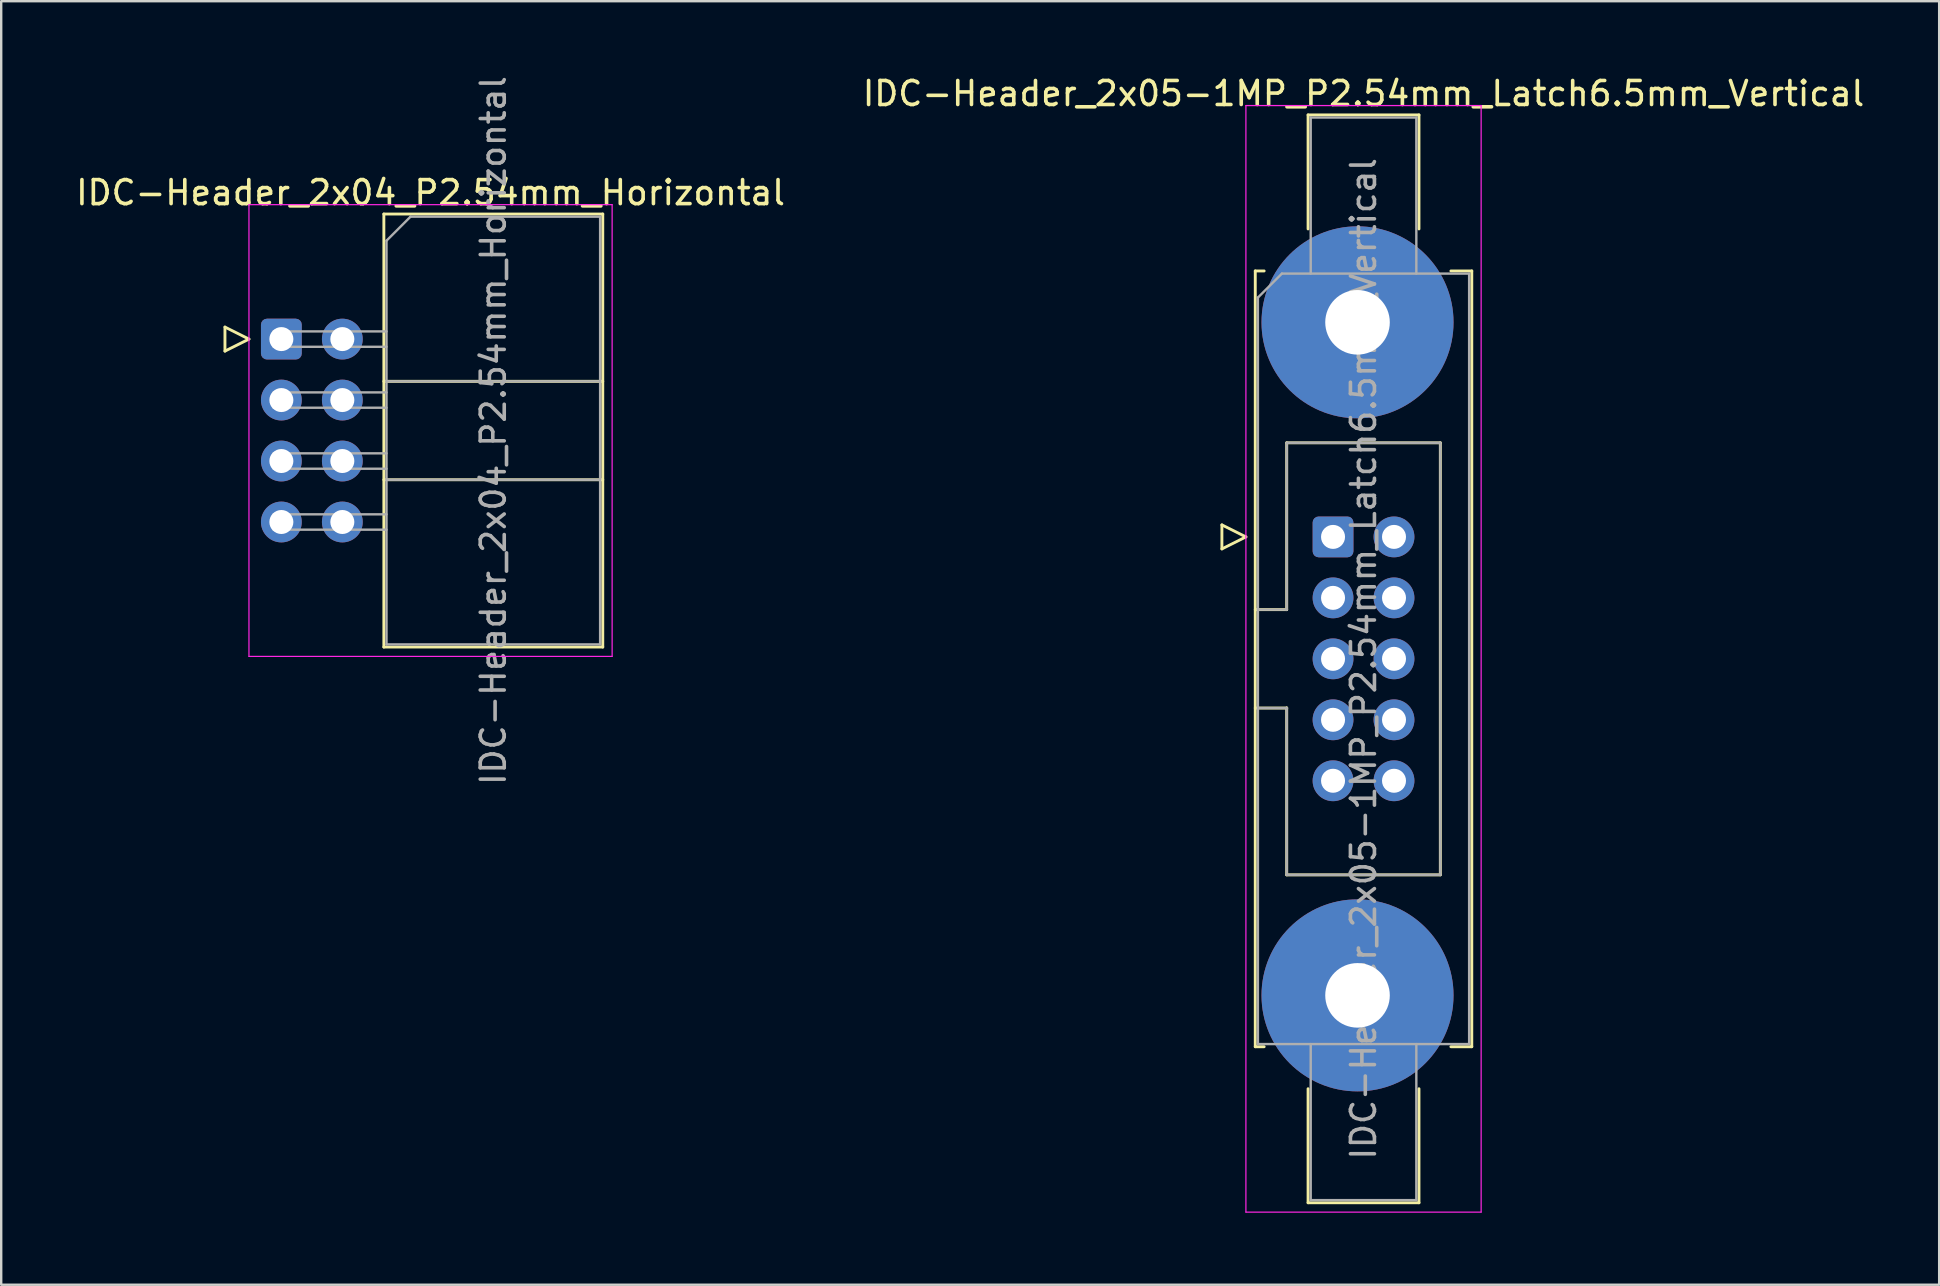
<source format=kicad_pcb>
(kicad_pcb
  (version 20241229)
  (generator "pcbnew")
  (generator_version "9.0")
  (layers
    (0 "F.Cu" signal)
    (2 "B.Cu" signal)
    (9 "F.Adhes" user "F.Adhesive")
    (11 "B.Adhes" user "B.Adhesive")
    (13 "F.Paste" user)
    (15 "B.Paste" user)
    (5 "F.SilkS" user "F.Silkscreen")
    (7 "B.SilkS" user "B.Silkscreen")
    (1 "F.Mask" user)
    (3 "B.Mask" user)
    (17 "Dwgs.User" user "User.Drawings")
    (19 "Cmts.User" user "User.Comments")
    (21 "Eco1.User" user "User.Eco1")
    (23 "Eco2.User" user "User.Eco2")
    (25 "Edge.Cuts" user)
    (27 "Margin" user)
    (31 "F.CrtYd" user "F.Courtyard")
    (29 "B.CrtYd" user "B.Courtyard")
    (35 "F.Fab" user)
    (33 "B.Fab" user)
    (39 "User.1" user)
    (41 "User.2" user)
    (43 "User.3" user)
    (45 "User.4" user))
  (footprint "IDC-Header_2x04_P2.54mm_Horizontal"
    (layer "F.Cu")
    (at 8.672 11.077)
    (property "Reference" "IDC-Header_2x04_P2.54mm_Horizontal" (at 6.215 -6.1 0) (layer "F.SilkS") (effects (font (size 1 1) (thickness 0.15))))
    (attr through_hole)
    (fp_line (start -2.35 -0.5) (end -2.35 0.5) (stroke (width 0.12) (type solid)) (layer "F.SilkS"))
    (fp_line (start -2.35 0.5) (end -1.35 0) (stroke (width 0.12) (type solid)) (layer "F.SilkS"))
    (fp_line (start -1.35 0) (end -2.35 -0.5) (stroke (width 0.12) (type solid)) (layer "F.SilkS"))
    (fp_line (start 4.27 -5.21) (end 13.39 -5.21) (stroke (width 0.12) (type solid)) (layer "F.SilkS"))
    (fp_line (start 4.27 1.76) (end 13.39 1.76) (stroke (width 0.12) (type solid)) (layer "F.SilkS"))
    (fp_line (start 4.27 5.86) (end 13.39 5.86) (stroke (width 0.12) (type solid)) (layer "F.SilkS"))
    (fp_line (start 4.27 12.83) (end 4.27 -5.21) (stroke (width 0.12) (type solid)) (layer "F.SilkS"))
    (fp_line (start 13.39 -5.21) (end 13.39 12.83) (stroke (width 0.12) (type solid)) (layer "F.SilkS"))
    (fp_line (start 13.39 12.83) (end 4.27 12.83) (stroke (width 0.12) (type solid)) (layer "F.SilkS"))
    (fp_line (start -1.35 -5.6) (end -1.35 13.22) (stroke (width 0.05) (type solid)) (layer "F.CrtYd"))
    (fp_line (start -1.35 13.22) (end 13.78 13.22) (stroke (width 0.05) (type solid)) (layer "F.CrtYd"))
    (fp_line (start 13.78 -5.6) (end -1.35 -5.6) (stroke (width 0.05) (type solid)) (layer "F.CrtYd"))
    (fp_line (start 13.78 13.22) (end 13.78 -5.6) (stroke (width 0.05) (type solid)) (layer "F.CrtYd"))
    (fp_line (start -0.32 -0.32) (end -0.32 0.32) (stroke (width 0.1) (type solid)) (layer "F.Fab"))
    (fp_line (start -0.32 0.32) (end 4.38 0.32) (stroke (width 0.1) (type solid)) (layer "F.Fab"))
    (fp_line (start -0.32 2.22) (end -0.32 2.86) (stroke (width 0.1) (type solid)) (layer "F.Fab"))
    (fp_line (start -0.32 2.86) (end 4.38 2.86) (stroke (width 0.1) (type solid)) (layer "F.Fab"))
    (fp_line (start -0.32 4.76) (end -0.32 5.4) (stroke (width 0.1) (type solid)) (layer "F.Fab"))
    (fp_line (start -0.32 5.4) (end 4.38 5.4) (stroke (width 0.1) (type solid)) (layer "F.Fab"))
    (fp_line (start -0.32 7.3) (end -0.32 7.94) (stroke (width 0.1) (type solid)) (layer "F.Fab"))
    (fp_line (start -0.32 7.94) (end 4.38 7.94) (stroke (width 0.1) (type solid)) (layer "F.Fab"))
    (fp_line (start 4.38 -4.1) (end 5.38 -5.1) (stroke (width 0.1) (type solid)) (layer "F.Fab"))
    (fp_line (start 4.38 -0.32) (end -0.32 -0.32) (stroke (width 0.1) (type solid)) (layer "F.Fab"))
    (fp_line (start 4.38 1.76) (end 13.28 1.76) (stroke (width 0.1) (type solid)) (layer "F.Fab"))
    (fp_line (start 4.38 2.22) (end -0.32 2.22) (stroke (width 0.1) (type solid)) (layer "F.Fab"))
    (fp_line (start 4.38 4.76) (end -0.32 4.76) (stroke (width 0.1) (type solid)) (layer "F.Fab"))
    (fp_line (start 4.38 5.86) (end 13.28 5.86) (stroke (width 0.1) (type solid)) (layer "F.Fab"))
    (fp_line (start 4.38 7.3) (end -0.32 7.3) (stroke (width 0.1) (type solid)) (layer "F.Fab"))
    (fp_line (start 4.38 12.72) (end 4.38 -4.1) (stroke (width 0.1) (type solid)) (layer "F.Fab"))
    (fp_line (start 5.38 -5.1) (end 13.28 -5.1) (stroke (width 0.1) (type solid)) (layer "F.Fab"))
    (fp_line (start 13.28 -5.1) (end 13.28 12.72) (stroke (width 0.1) (type solid)) (layer "F.Fab"))
    (fp_line (start 13.28 12.72) (end 4.38 12.72) (stroke (width 0.1) (type solid)) (layer "F.Fab"))
    (fp_text user "${REFERENCE}" (at 8.83 3.81 90) (layer "F.Fab") (effects (font (size 1 1) (thickness 0.15))))
    (pad "1" thru_hole roundrect (at 0 0) (size 1.7 1.7) (drill 1) (layers "*.Cu" "*.Mask") (roundrect_rratio 0.147))
    (pad "2" thru_hole circle (at 2.54 0) (size 1.7 1.7) (drill 1) (layers "*.Cu" "*.Mask"))
    (pad "3" thru_hole circle (at 0 2.54) (size 1.7 1.7) (drill 1) (layers "*.Cu" "*.Mask"))
    (pad "4" thru_hole circle (at 2.54 2.54) (size 1.7 1.7) (drill 1) (layers "*.Cu" "*.Mask"))
    (pad "5" thru_hole circle (at 0 5.08) (size 1.7 1.7) (drill 1) (layers "*.Cu" "*.Mask"))
    (pad "6" thru_hole circle (at 2.54 5.08) (size 1.7 1.7) (drill 1) (layers "*.Cu" "*.Mask"))
    (pad "7" thru_hole circle (at 0 7.62) (size 1.7 1.7) (drill 1) (layers "*.Cu" "*.Mask"))
    (pad "8" thru_hole circle (at 2.54 7.62) (size 1.7 1.7) (drill 1) (layers "*.Cu" "*.Mask")))
  (footprint "IDC-Header_2x05-1MP_P2.54mm_Latch6.5mm_Vertical"
    (layer "F.Cu")
    (at 52.486 19.318)
    (property "Reference" "IDC-Header_2x05-1MP_P2.54mm_Latch6.5mm_Vertical" (at 1.27 -18.47 0) (layer "F.SilkS") (effects (font (size 1 1) (thickness 0.15))))
    (attr through_hole)
    (fp_line (start -4.63 -0.5) (end -4.63 0.5) (stroke (width 0.12) (type solid)) (layer "F.SilkS"))
    (fp_line (start -4.63 0.5) (end -3.63 0) (stroke (width 0.12) (type solid)) (layer "F.SilkS"))
    (fp_line (start -3.63 0) (end -4.63 -0.5) (stroke (width 0.12) (type solid)) (layer "F.SilkS"))
    (fp_line (start -3.24 -11.08) (end -3.24 21.24) (stroke (width 0.12) (type solid)) (layer "F.SilkS"))
    (fp_line (start -3.24 3.03) (end -1.93 3.03) (stroke (width 0.12) (type solid)) (layer "F.SilkS"))
    (fp_line (start -3.24 21.24) (end -2.87 21.24) (stroke (width 0.12) (type solid)) (layer "F.SilkS"))
    (fp_line (start -2.87 -11.08) (end -3.24 -11.08) (stroke (width 0.12) (type solid)) (layer "F.SilkS"))
    (fp_line (start -1.93 -3.92) (end 4.47 -3.92) (stroke (width 0.12) (type solid)) (layer "F.SilkS"))
    (fp_line (start -1.93 3.03) (end -1.93 -3.92) (stroke (width 0.12) (type solid)) (layer "F.SilkS"))
    (fp_line (start -1.93 7.13) (end -3.24 7.13) (stroke (width 0.12) (type solid)) (layer "F.SilkS"))
    (fp_line (start -1.93 7.13) (end -1.93 7.13) (stroke (width 0.12) (type solid)) (layer "F.SilkS"))
    (fp_line (start -1.93 14.08) (end -1.93 7.13) (stroke (width 0.12) (type solid)) (layer "F.SilkS"))
    (fp_line (start -1.04 -17.58) (end 3.58 -17.58) (stroke (width 0.12) (type solid)) (layer "F.SilkS"))
    (fp_line (start -1.04 -12.83) (end -1.04 -17.58) (stroke (width 0.12) (type solid)) (layer "F.SilkS"))
    (fp_line (start -1.04 22.99) (end -1.04 27.74) (stroke (width 0.12) (type solid)) (layer "F.SilkS"))
    (fp_line (start -1.04 27.74) (end 3.58 27.74) (stroke (width 0.12) (type solid)) (layer "F.SilkS"))
    (fp_line (start 3.58 -17.58) (end 3.58 -12.83) (stroke (width 0.12) (type solid)) (layer "F.SilkS"))
    (fp_line (start 3.58 27.74) (end 3.58 22.99) (stroke (width 0.12) (type solid)) (layer "F.SilkS"))
    (fp_line (start 4.47 -3.92) (end 4.47 14.08) (stroke (width 0.12) (type solid)) (layer "F.SilkS"))
    (fp_line (start 4.47 14.08) (end -1.93 14.08) (stroke (width 0.12) (type solid)) (layer "F.SilkS"))
    (fp_line (start 4.91 -11.08) (end 5.78 -11.08) (stroke (width 0.12) (type solid)) (layer "F.SilkS"))
    (fp_line (start 5.78 -11.08) (end 5.78 21.24) (stroke (width 0.12) (type solid)) (layer "F.SilkS"))
    (fp_line (start 5.78 21.24) (end 4.91 21.24) (stroke (width 0.12) (type solid)) (layer "F.SilkS"))
    (fp_line (start -3.63 -17.97) (end -3.63 28.13) (stroke (width 0.05) (type solid)) (layer "F.CrtYd"))
    (fp_line (start -3.63 28.13) (end 6.17 28.13) (stroke (width 0.05) (type solid)) (layer "F.CrtYd"))
    (fp_line (start 6.17 -17.97) (end -3.63 -17.97) (stroke (width 0.05) (type solid)) (layer "F.CrtYd"))
    (fp_line (start 6.17 28.13) (end 6.17 -17.97) (stroke (width 0.05) (type solid)) (layer "F.CrtYd"))
    (fp_line (start -3.13 -9.97) (end -2.13 -10.97) (stroke (width 0.1) (type solid)) (layer "F.Fab"))
    (fp_line (start -3.13 3.03) (end -1.93 3.03) (stroke (width 0.1) (type solid)) (layer "F.Fab"))
    (fp_line (start -3.13 21.13) (end -3.13 -9.97) (stroke (width 0.1) (type solid)) (layer "F.Fab"))
    (fp_line (start -2.13 -10.97) (end 5.67 -10.97) (stroke (width 0.1) (type solid)) (layer "F.Fab"))
    (fp_line (start -1.93 -3.92) (end 4.47 -3.92) (stroke (width 0.1) (type solid)) (layer "F.Fab"))
    (fp_line (start -1.93 3.03) (end -1.93 -3.92) (stroke (width 0.1) (type solid)) (layer "F.Fab"))
    (fp_line (start -1.93 7.13) (end -3.13 7.13) (stroke (width 0.1) (type solid)) (layer "F.Fab"))
    (fp_line (start -1.93 7.13) (end -1.93 7.13) (stroke (width 0.1) (type solid)) (layer "F.Fab"))
    (fp_line (start -1.93 14.08) (end -1.93 7.13) (stroke (width 0.1) (type solid)) (layer "F.Fab"))
    (fp_line (start -0.93 -17.47) (end 3.47 -17.47) (stroke (width 0.1) (type solid)) (layer "F.Fab"))
    (fp_line (start -0.93 -10.97) (end -0.93 -17.47) (stroke (width 0.1) (type solid)) (layer "F.Fab"))
    (fp_line (start -0.93 21.13) (end -0.93 27.63) (stroke (width 0.1) (type solid)) (layer "F.Fab"))
    (fp_line (start -0.93 27.63) (end 3.47 27.63) (stroke (width 0.1) (type solid)) (layer "F.Fab"))
    (fp_line (start 3.47 -17.47) (end 3.47 -10.97) (stroke (width 0.1) (type solid)) (layer "F.Fab"))
    (fp_line (start 3.47 27.63) (end 3.47 21.13) (stroke (width 0.1) (type solid)) (layer "F.Fab"))
    (fp_line (start 4.47 -3.92) (end 4.47 14.08) (stroke (width 0.1) (type solid)) (layer "F.Fab"))
    (fp_line (start 4.47 14.08) (end -1.93 14.08) (stroke (width 0.1) (type solid)) (layer "F.Fab"))
    (fp_line (start 5.67 -10.97) (end 5.67 21.13) (stroke (width 0.1) (type solid)) (layer "F.Fab"))
    (fp_line (start 5.67 21.13) (end -3.13 21.13) (stroke (width 0.1) (type solid)) (layer "F.Fab"))
    (fp_text user "${REFERENCE}" (at 1.27 5.08 90) (layer "F.Fab") (effects (font (size 1 1) (thickness 0.15))))
    (pad "1" thru_hole roundrect (at 0 0) (size 1.7 1.7) (drill 1) (layers "*.Cu" "*.Mask") (roundrect_rratio 0.147))
    (pad "2" thru_hole circle (at 2.54 0) (size 1.7 1.7) (drill 1) (layers "*.Cu" "*.Mask"))
    (pad "3" thru_hole circle (at 0 2.54) (size 1.7 1.7) (drill 1) (layers "*.Cu" "*.Mask"))
    (pad "4" thru_hole circle (at 2.54 2.54) (size 1.7 1.7) (drill 1) (layers "*.Cu" "*.Mask"))
    (pad "5" thru_hole circle (at 0 5.08) (size 1.7 1.7) (drill 1) (layers "*.Cu" "*.Mask"))
    (pad "6" thru_hole circle (at 2.54 5.08) (size 1.7 1.7) (drill 1) (layers "*.Cu" "*.Mask"))
    (pad "7" thru_hole circle (at 0 7.62) (size 1.7 1.7) (drill 1) (layers "*.Cu" "*.Mask"))
    (pad "8" thru_hole circle (at 2.54 7.62) (size 1.7 1.7) (drill 1) (layers "*.Cu" "*.Mask"))
    (pad "9" thru_hole circle (at 0 10.16) (size 1.7 1.7) (drill 1) (layers "*.Cu" "*.Mask"))
    (pad "10" thru_hole circle (at 2.54 10.16) (size 1.7 1.7) (drill 1) (layers "*.Cu" "*.Mask"))
    (pad "MP" thru_hole circle (at 1.02 -8.94) (size 8 8) (drill 2.69) (layers "*.Cu" "*.Mask"))
    (pad "MP" thru_hole circle (at 1.02 19.1) (size 8 8) (drill 2.69) (layers "*.Cu" "*.Mask")))
  (gr_rect
    (start -3 -3)
    (end 77.738 50.473)
    (stroke (width 0.1) (type default))
    (fill no)
    (layer "Edge.Cuts")))
</source>
